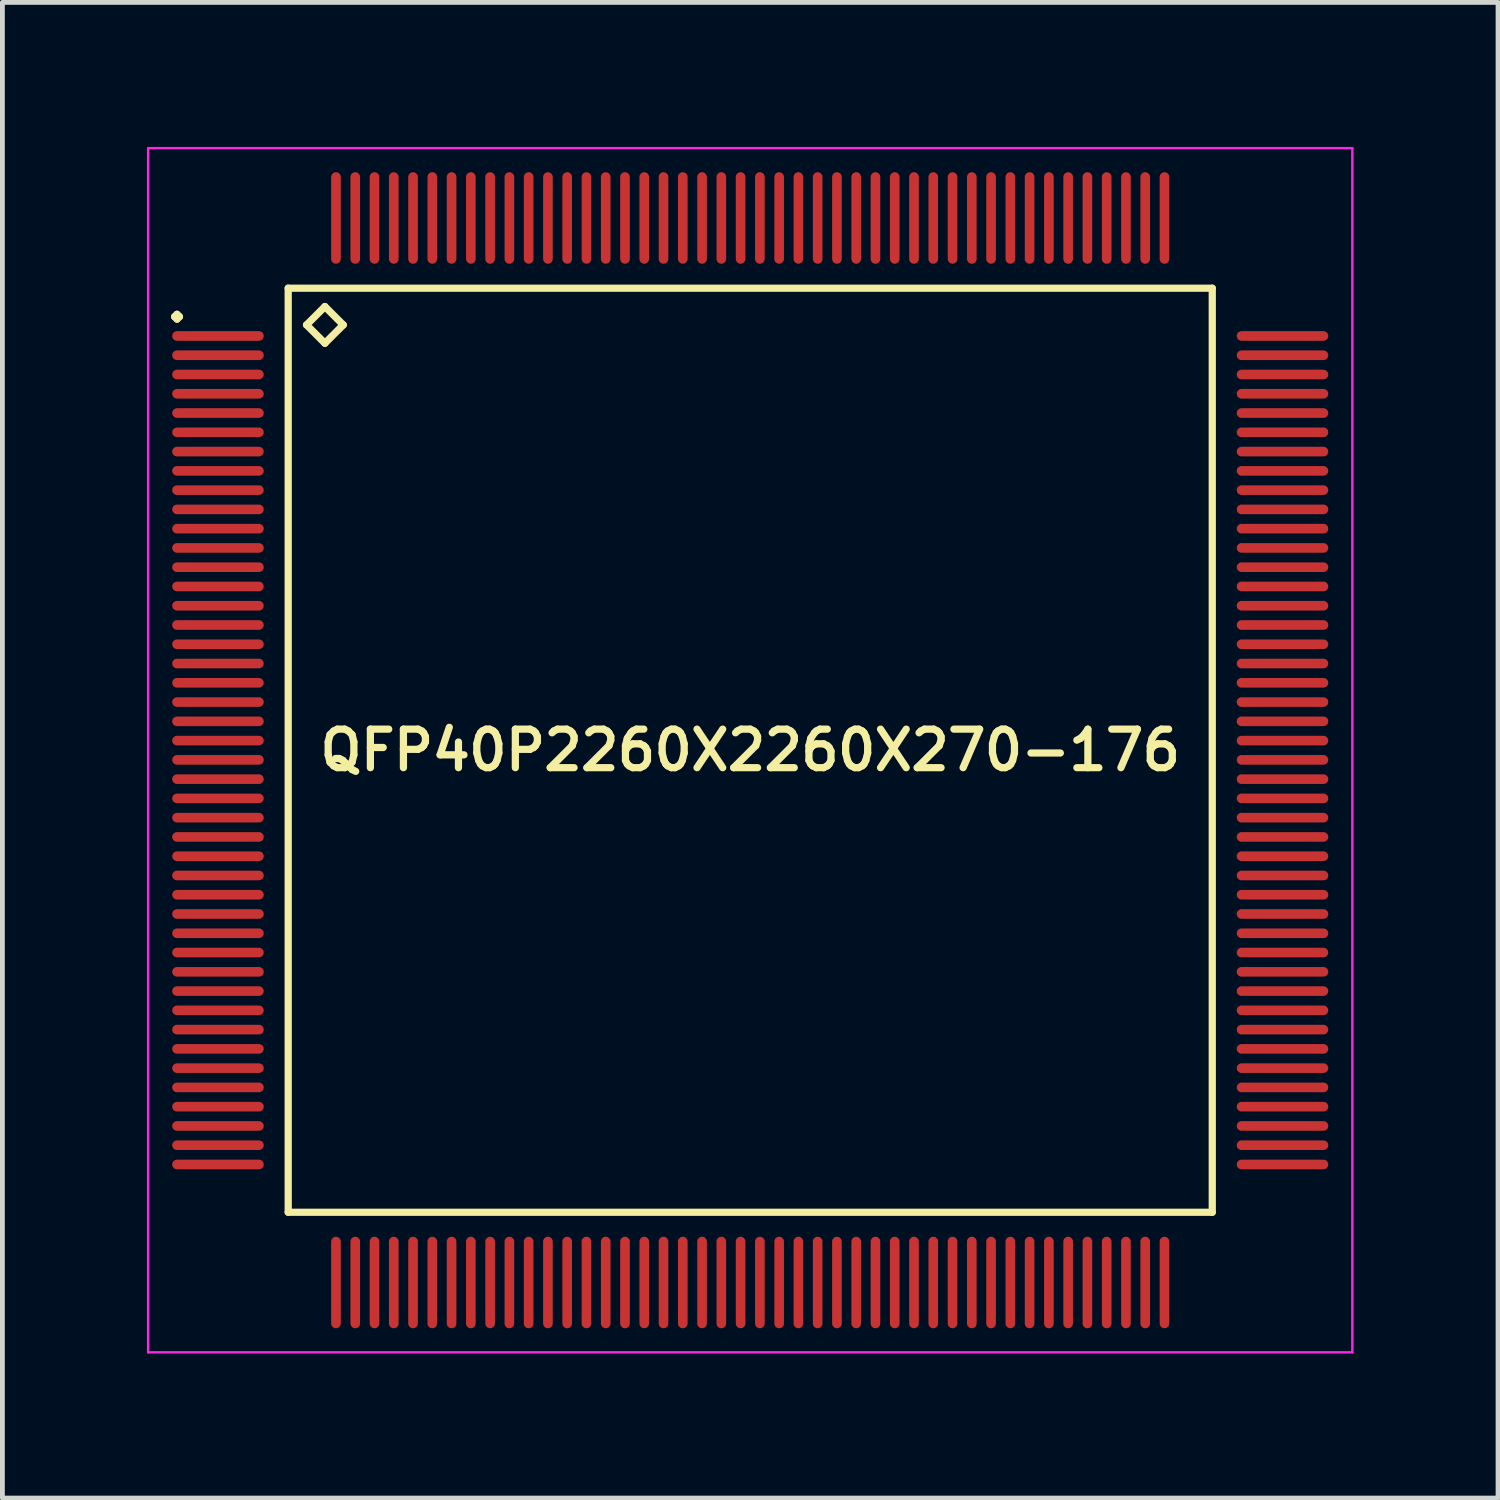
<source format=kicad_pcb>
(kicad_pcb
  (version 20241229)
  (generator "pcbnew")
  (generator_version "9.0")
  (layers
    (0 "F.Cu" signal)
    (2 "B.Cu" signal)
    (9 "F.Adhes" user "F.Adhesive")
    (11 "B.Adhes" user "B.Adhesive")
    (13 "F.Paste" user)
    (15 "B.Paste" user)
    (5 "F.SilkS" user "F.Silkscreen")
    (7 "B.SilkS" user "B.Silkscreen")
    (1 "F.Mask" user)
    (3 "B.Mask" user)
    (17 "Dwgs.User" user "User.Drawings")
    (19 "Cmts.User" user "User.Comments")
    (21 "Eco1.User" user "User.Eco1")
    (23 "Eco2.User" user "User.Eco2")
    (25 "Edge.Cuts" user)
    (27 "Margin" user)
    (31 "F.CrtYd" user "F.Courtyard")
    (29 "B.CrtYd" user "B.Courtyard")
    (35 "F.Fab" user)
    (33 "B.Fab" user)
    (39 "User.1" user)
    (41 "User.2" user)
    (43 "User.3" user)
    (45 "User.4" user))
  (footprint "QFP40P2260X2260X270-176"
    (layer "F.Cu")
    (at 12.525 12.525)
    (property "Reference" "QFP40P2260X2260X270-176" (at 0 0 0) (layer "F.SilkS") (effects (font (size 0.8 0.8) (thickness 0.15))))
    (attr smd)
    (fp_line (start -11.95 -9) (end -11.9 -9.05) (stroke (width 0.15) (type solid)) (layer "F.SilkS"))
    (fp_line (start -11.9 -9.05) (end -11.85 -9) (stroke (width 0.15) (type solid)) (layer "F.SilkS"))
    (fp_line (start -11.9 -8.95) (end -11.95 -9) (stroke (width 0.15) (type solid)) (layer "F.SilkS"))
    (fp_line (start -11.85 -9) (end -11.9 -8.95) (stroke (width 0.15) (type solid)) (layer "F.SilkS"))
    (fp_line (start -9.592 -9.592) (end -9.592 9.592) (stroke (width 0.15) (type solid)) (layer "F.SilkS"))
    (fp_line (start -9.592 9.592) (end 9.592 9.592) (stroke (width 0.15) (type solid)) (layer "F.SilkS"))
    (fp_line (start -9.211 -8.83) (end -8.83 -9.211) (stroke (width 0.15) (type solid)) (layer "F.SilkS"))
    (fp_line (start -8.83 -9.211) (end -8.449 -8.83) (stroke (width 0.15) (type solid)) (layer "F.SilkS"))
    (fp_line (start -8.83 -8.449) (end -9.211 -8.83) (stroke (width 0.15) (type solid)) (layer "F.SilkS"))
    (fp_line (start -8.449 -8.83) (end -8.83 -8.449) (stroke (width 0.15) (type solid)) (layer "F.SilkS"))
    (fp_line (start 9.592 -9.592) (end -9.592 -9.592) (stroke (width 0.15) (type solid)) (layer "F.SilkS"))
    (fp_line (start 9.592 9.592) (end 9.592 -9.592) (stroke (width 0.15) (type solid)) (layer "F.SilkS"))
    (fp_line (start -12.5 -12.5) (end 12.5 -12.5) (stroke (width 0.05) (type solid)) (layer "F.CrtYd"))
    (fp_line (start -12.5 12.5) (end -12.5 -12.5) (stroke (width 0.05) (type solid)) (layer "F.CrtYd"))
    (fp_line (start 12.5 -12.5) (end 12.5 12.5) (stroke (width 0.05) (type solid)) (layer "F.CrtYd"))
    (fp_line (start 12.5 12.5) (end -12.5 12.5) (stroke (width 0.05) (type solid)) (layer "F.CrtYd"))
    (pad "1" smd oval (at -11.05 -8.6) (size 1.9 0.2) (layers "F.Cu" "F.Mask" "F.Paste"))
    (pad "2" smd oval (at -11.05 -8.2) (size 1.9 0.2) (layers "F.Cu" "F.Mask" "F.Paste"))
    (pad "3" smd oval (at -11.05 -7.8) (size 1.9 0.2) (layers "F.Cu" "F.Mask" "F.Paste"))
    (pad "4" smd oval (at -11.05 -7.4) (size 1.9 0.2) (layers "F.Cu" "F.Mask" "F.Paste"))
    (pad "5" smd oval (at -11.05 -7) (size 1.9 0.2) (layers "F.Cu" "F.Mask" "F.Paste"))
    (pad "6" smd oval (at -11.05 -6.6) (size 1.9 0.2) (layers "F.Cu" "F.Mask" "F.Paste"))
    (pad "7" smd oval (at -11.05 -6.2) (size 1.9 0.2) (layers "F.Cu" "F.Mask" "F.Paste"))
    (pad "8" smd oval (at -11.05 -5.8) (size 1.9 0.2) (layers "F.Cu" "F.Mask" "F.Paste"))
    (pad "9" smd oval (at -11.05 -5.4) (size 1.9 0.2) (layers "F.Cu" "F.Mask" "F.Paste"))
    (pad "10" smd oval (at -11.05 -5) (size 1.9 0.2) (layers "F.Cu" "F.Mask" "F.Paste"))
    (pad "11" smd oval (at -11.05 -4.6) (size 1.9 0.2) (layers "F.Cu" "F.Mask" "F.Paste"))
    (pad "12" smd oval (at -11.05 -4.2) (size 1.9 0.2) (layers "F.Cu" "F.Mask" "F.Paste"))
    (pad "13" smd oval (at -11.05 -3.8) (size 1.9 0.2) (layers "F.Cu" "F.Mask" "F.Paste"))
    (pad "14" smd oval (at -11.05 -3.4) (size 1.9 0.2) (layers "F.Cu" "F.Mask" "F.Paste"))
    (pad "15" smd oval (at -11.05 -3) (size 1.9 0.2) (layers "F.Cu" "F.Mask" "F.Paste"))
    (pad "16" smd oval (at -11.05 -2.6) (size 1.9 0.2) (layers "F.Cu" "F.Mask" "F.Paste"))
    (pad "17" smd oval (at -11.05 -2.2) (size 1.9 0.2) (layers "F.Cu" "F.Mask" "F.Paste"))
    (pad "18" smd oval (at -11.05 -1.8) (size 1.9 0.2) (layers "F.Cu" "F.Mask" "F.Paste"))
    (pad "19" smd oval (at -11.05 -1.4) (size 1.9 0.2) (layers "F.Cu" "F.Mask" "F.Paste"))
    (pad "20" smd oval (at -11.05 -1) (size 1.9 0.2) (layers "F.Cu" "F.Mask" "F.Paste"))
    (pad "21" smd oval (at -11.05 -0.6) (size 1.9 0.2) (layers "F.Cu" "F.Mask" "F.Paste"))
    (pad "22" smd oval (at -11.05 -0.2) (size 1.9 0.2) (layers "F.Cu" "F.Mask" "F.Paste"))
    (pad "23" smd oval (at -11.05 0.2) (size 1.9 0.2) (layers "F.Cu" "F.Mask" "F.Paste"))
    (pad "24" smd oval (at -11.05 0.6) (size 1.9 0.2) (layers "F.Cu" "F.Mask" "F.Paste"))
    (pad "25" smd oval (at -11.05 1) (size 1.9 0.2) (layers "F.Cu" "F.Mask" "F.Paste"))
    (pad "26" smd oval (at -11.05 1.4) (size 1.9 0.2) (layers "F.Cu" "F.Mask" "F.Paste"))
    (pad "27" smd oval (at -11.05 1.8) (size 1.9 0.2) (layers "F.Cu" "F.Mask" "F.Paste"))
    (pad "28" smd oval (at -11.05 2.2) (size 1.9 0.2) (layers "F.Cu" "F.Mask" "F.Paste"))
    (pad "29" smd oval (at -11.05 2.6) (size 1.9 0.2) (layers "F.Cu" "F.Mask" "F.Paste"))
    (pad "30" smd oval (at -11.05 3) (size 1.9 0.2) (layers "F.Cu" "F.Mask" "F.Paste"))
    (pad "31" smd oval (at -11.05 3.4) (size 1.9 0.2) (layers "F.Cu" "F.Mask" "F.Paste"))
    (pad "32" smd oval (at -11.05 3.8) (size 1.9 0.2) (layers "F.Cu" "F.Mask" "F.Paste"))
    (pad "33" smd oval (at -11.05 4.2) (size 1.9 0.2) (layers "F.Cu" "F.Mask" "F.Paste"))
    (pad "34" smd oval (at -11.05 4.6) (size 1.9 0.2) (layers "F.Cu" "F.Mask" "F.Paste"))
    (pad "35" smd oval (at -11.05 5) (size 1.9 0.2) (layers "F.Cu" "F.Mask" "F.Paste"))
    (pad "36" smd oval (at -11.05 5.4) (size 1.9 0.2) (layers "F.Cu" "F.Mask" "F.Paste"))
    (pad "37" smd oval (at -11.05 5.8) (size 1.9 0.2) (layers "F.Cu" "F.Mask" "F.Paste"))
    (pad "38" smd oval (at -11.05 6.2) (size 1.9 0.2) (layers "F.Cu" "F.Mask" "F.Paste"))
    (pad "39" smd oval (at -11.05 6.6) (size 1.9 0.2) (layers "F.Cu" "F.Mask" "F.Paste"))
    (pad "40" smd oval (at -11.05 7) (size 1.9 0.2) (layers "F.Cu" "F.Mask" "F.Paste"))
    (pad "41" smd oval (at -11.05 7.4) (size 1.9 0.2) (layers "F.Cu" "F.Mask" "F.Paste"))
    (pad "42" smd oval (at -11.05 7.8) (size 1.9 0.2) (layers "F.Cu" "F.Mask" "F.Paste"))
    (pad "43" smd oval (at -11.05 8.2) (size 1.9 0.2) (layers "F.Cu" "F.Mask" "F.Paste"))
    (pad "44" smd oval (at -11.05 8.6) (size 1.9 0.2) (layers "F.Cu" "F.Mask" "F.Paste"))
    (pad "45" smd oval (at -8.6 11.05) (size 0.2 1.9) (layers "F.Cu" "F.Mask" "F.Paste"))
    (pad "46" smd oval (at -8.2 11.05) (size 0.2 1.9) (layers "F.Cu" "F.Mask" "F.Paste"))
    (pad "47" smd oval (at -7.8 11.05) (size 0.2 1.9) (layers "F.Cu" "F.Mask" "F.Paste"))
    (pad "48" smd oval (at -7.4 11.05) (size 0.2 1.9) (layers "F.Cu" "F.Mask" "F.Paste"))
    (pad "49" smd oval (at -7 11.05) (size 0.2 1.9) (layers "F.Cu" "F.Mask" "F.Paste"))
    (pad "50" smd oval (at -6.6 11.05) (size 0.2 1.9) (layers "F.Cu" "F.Mask" "F.Paste"))
    (pad "51" smd oval (at -6.2 11.05) (size 0.2 1.9) (layers "F.Cu" "F.Mask" "F.Paste"))
    (pad "52" smd oval (at -5.8 11.05) (size 0.2 1.9) (layers "F.Cu" "F.Mask" "F.Paste"))
    (pad "53" smd oval (at -5.4 11.05) (size 0.2 1.9) (layers "F.Cu" "F.Mask" "F.Paste"))
    (pad "54" smd oval (at -5 11.05) (size 0.2 1.9) (layers "F.Cu" "F.Mask" "F.Paste"))
    (pad "55" smd oval (at -4.6 11.05) (size 0.2 1.9) (layers "F.Cu" "F.Mask" "F.Paste"))
    (pad "56" smd oval (at -4.2 11.05) (size 0.2 1.9) (layers "F.Cu" "F.Mask" "F.Paste"))
    (pad "57" smd oval (at -3.8 11.05) (size 0.2 1.9) (layers "F.Cu" "F.Mask" "F.Paste"))
    (pad "58" smd oval (at -3.4 11.05) (size 0.2 1.9) (layers "F.Cu" "F.Mask" "F.Paste"))
    (pad "59" smd oval (at -3 11.05) (size 0.2 1.9) (layers "F.Cu" "F.Mask" "F.Paste"))
    (pad "60" smd oval (at -2.6 11.05) (size 0.2 1.9) (layers "F.Cu" "F.Mask" "F.Paste"))
    (pad "61" smd oval (at -2.2 11.05) (size 0.2 1.9) (layers "F.Cu" "F.Mask" "F.Paste"))
    (pad "62" smd oval (at -1.8 11.05) (size 0.2 1.9) (layers "F.Cu" "F.Mask" "F.Paste"))
    (pad "63" smd oval (at -1.4 11.05) (size 0.2 1.9) (layers "F.Cu" "F.Mask" "F.Paste"))
    (pad "64" smd oval (at -1 11.05) (size 0.2 1.9) (layers "F.Cu" "F.Mask" "F.Paste"))
    (pad "65" smd oval (at -0.6 11.05) (size 0.2 1.9) (layers "F.Cu" "F.Mask" "F.Paste"))
    (pad "66" smd oval (at -0.2 11.05) (size 0.2 1.9) (layers "F.Cu" "F.Mask" "F.Paste"))
    (pad "67" smd oval (at 0.2 11.05) (size 0.2 1.9) (layers "F.Cu" "F.Mask" "F.Paste"))
    (pad "68" smd oval (at 0.6 11.05) (size 0.2 1.9) (layers "F.Cu" "F.Mask" "F.Paste"))
    (pad "69" smd oval (at 1 11.05) (size 0.2 1.9) (layers "F.Cu" "F.Mask" "F.Paste"))
    (pad "70" smd oval (at 1.4 11.05) (size 0.2 1.9) (layers "F.Cu" "F.Mask" "F.Paste"))
    (pad "71" smd oval (at 1.8 11.05) (size 0.2 1.9) (layers "F.Cu" "F.Mask" "F.Paste"))
    (pad "72" smd oval (at 2.2 11.05) (size 0.2 1.9) (layers "F.Cu" "F.Mask" "F.Paste"))
    (pad "73" smd oval (at 2.6 11.05) (size 0.2 1.9) (layers "F.Cu" "F.Mask" "F.Paste"))
    (pad "74" smd oval (at 3 11.05) (size 0.2 1.9) (layers "F.Cu" "F.Mask" "F.Paste"))
    (pad "75" smd oval (at 3.4 11.05) (size 0.2 1.9) (layers "F.Cu" "F.Mask" "F.Paste"))
    (pad "76" smd oval (at 3.8 11.05) (size 0.2 1.9) (layers "F.Cu" "F.Mask" "F.Paste"))
    (pad "77" smd oval (at 4.2 11.05) (size 0.2 1.9) (layers "F.Cu" "F.Mask" "F.Paste"))
    (pad "78" smd oval (at 4.6 11.05) (size 0.2 1.9) (layers "F.Cu" "F.Mask" "F.Paste"))
    (pad "79" smd oval (at 5 11.05) (size 0.2 1.9) (layers "F.Cu" "F.Mask" "F.Paste"))
    (pad "80" smd oval (at 5.4 11.05) (size 0.2 1.9) (layers "F.Cu" "F.Mask" "F.Paste"))
    (pad "81" smd oval (at 5.8 11.05) (size 0.2 1.9) (layers "F.Cu" "F.Mask" "F.Paste"))
    (pad "82" smd oval (at 6.2 11.05) (size 0.2 1.9) (layers "F.Cu" "F.Mask" "F.Paste"))
    (pad "83" smd oval (at 6.6 11.05) (size 0.2 1.9) (layers "F.Cu" "F.Mask" "F.Paste"))
    (pad "84" smd oval (at 7 11.05) (size 0.2 1.9) (layers "F.Cu" "F.Mask" "F.Paste"))
    (pad "85" smd oval (at 7.4 11.05) (size 0.2 1.9) (layers "F.Cu" "F.Mask" "F.Paste"))
    (pad "86" smd oval (at 7.8 11.05) (size 0.2 1.9) (layers "F.Cu" "F.Mask" "F.Paste"))
    (pad "87" smd oval (at 8.2 11.05) (size 0.2 1.9) (layers "F.Cu" "F.Mask" "F.Paste"))
    (pad "88" smd oval (at 8.6 11.05) (size 0.2 1.9) (layers "F.Cu" "F.Mask" "F.Paste"))
    (pad "89" smd oval (at 11.05 8.6) (size 1.9 0.2) (layers "F.Cu" "F.Mask" "F.Paste"))
    (pad "90" smd oval (at 11.05 8.2) (size 1.9 0.2) (layers "F.Cu" "F.Mask" "F.Paste"))
    (pad "91" smd oval (at 11.05 7.8) (size 1.9 0.2) (layers "F.Cu" "F.Mask" "F.Paste"))
    (pad "92" smd oval (at 11.05 7.4) (size 1.9 0.2) (layers "F.Cu" "F.Mask" "F.Paste"))
    (pad "93" smd oval (at 11.05 7) (size 1.9 0.2) (layers "F.Cu" "F.Mask" "F.Paste"))
    (pad "94" smd oval (at 11.05 6.6) (size 1.9 0.2) (layers "F.Cu" "F.Mask" "F.Paste"))
    (pad "95" smd oval (at 11.05 6.2) (size 1.9 0.2) (layers "F.Cu" "F.Mask" "F.Paste"))
    (pad "96" smd oval (at 11.05 5.8) (size 1.9 0.2) (layers "F.Cu" "F.Mask" "F.Paste"))
    (pad "97" smd oval (at 11.05 5.4) (size 1.9 0.2) (layers "F.Cu" "F.Mask" "F.Paste"))
    (pad "98" smd oval (at 11.05 5) (size 1.9 0.2) (layers "F.Cu" "F.Mask" "F.Paste"))
    (pad "99" smd oval (at 11.05 4.6) (size 1.9 0.2) (layers "F.Cu" "F.Mask" "F.Paste"))
    (pad "100" smd oval (at 11.05 4.2) (size 1.9 0.2) (layers "F.Cu" "F.Mask" "F.Paste"))
    (pad "101" smd oval (at 11.05 3.8) (size 1.9 0.2) (layers "F.Cu" "F.Mask" "F.Paste"))
    (pad "102" smd oval (at 11.05 3.4) (size 1.9 0.2) (layers "F.Cu" "F.Mask" "F.Paste"))
    (pad "103" smd oval (at 11.05 3) (size 1.9 0.2) (layers "F.Cu" "F.Mask" "F.Paste"))
    (pad "104" smd oval (at 11.05 2.6) (size 1.9 0.2) (layers "F.Cu" "F.Mask" "F.Paste"))
    (pad "105" smd oval (at 11.05 2.2) (size 1.9 0.2) (layers "F.Cu" "F.Mask" "F.Paste"))
    (pad "106" smd oval (at 11.05 1.8) (size 1.9 0.2) (layers "F.Cu" "F.Mask" "F.Paste"))
    (pad "107" smd oval (at 11.05 1.4) (size 1.9 0.2) (layers "F.Cu" "F.Mask" "F.Paste"))
    (pad "108" smd oval (at 11.05 1) (size 1.9 0.2) (layers "F.Cu" "F.Mask" "F.Paste"))
    (pad "109" smd oval (at 11.05 0.6) (size 1.9 0.2) (layers "F.Cu" "F.Mask" "F.Paste"))
    (pad "110" smd oval (at 11.05 0.2) (size 1.9 0.2) (layers "F.Cu" "F.Mask" "F.Paste"))
    (pad "111" smd oval (at 11.05 -0.2) (size 1.9 0.2) (layers "F.Cu" "F.Mask" "F.Paste"))
    (pad "112" smd oval (at 11.05 -0.6) (size 1.9 0.2) (layers "F.Cu" "F.Mask" "F.Paste"))
    (pad "113" smd oval (at 11.05 -1) (size 1.9 0.2) (layers "F.Cu" "F.Mask" "F.Paste"))
    (pad "114" smd oval (at 11.05 -1.4) (size 1.9 0.2) (layers "F.Cu" "F.Mask" "F.Paste"))
    (pad "115" smd oval (at 11.05 -1.8) (size 1.9 0.2) (layers "F.Cu" "F.Mask" "F.Paste"))
    (pad "116" smd oval (at 11.05 -2.2) (size 1.9 0.2) (layers "F.Cu" "F.Mask" "F.Paste"))
    (pad "117" smd oval (at 11.05 -2.6) (size 1.9 0.2) (layers "F.Cu" "F.Mask" "F.Paste"))
    (pad "118" smd oval (at 11.05 -3) (size 1.9 0.2) (layers "F.Cu" "F.Mask" "F.Paste"))
    (pad "119" smd oval (at 11.05 -3.4) (size 1.9 0.2) (layers "F.Cu" "F.Mask" "F.Paste"))
    (pad "120" smd oval (at 11.05 -3.8) (size 1.9 0.2) (layers "F.Cu" "F.Mask" "F.Paste"))
    (pad "121" smd oval (at 11.05 -4.2) (size 1.9 0.2) (layers "F.Cu" "F.Mask" "F.Paste"))
    (pad "122" smd oval (at 11.05 -4.6) (size 1.9 0.2) (layers "F.Cu" "F.Mask" "F.Paste"))
    (pad "123" smd oval (at 11.05 -5) (size 1.9 0.2) (layers "F.Cu" "F.Mask" "F.Paste"))
    (pad "124" smd oval (at 11.05 -5.4) (size 1.9 0.2) (layers "F.Cu" "F.Mask" "F.Paste"))
    (pad "125" smd oval (at 11.05 -5.8) (size 1.9 0.2) (layers "F.Cu" "F.Mask" "F.Paste"))
    (pad "126" smd oval (at 11.05 -6.2) (size 1.9 0.2) (layers "F.Cu" "F.Mask" "F.Paste"))
    (pad "127" smd oval (at 11.05 -6.6) (size 1.9 0.2) (layers "F.Cu" "F.Mask" "F.Paste"))
    (pad "128" smd oval (at 11.05 -7) (size 1.9 0.2) (layers "F.Cu" "F.Mask" "F.Paste"))
    (pad "129" smd oval (at 11.05 -7.4) (size 1.9 0.2) (layers "F.Cu" "F.Mask" "F.Paste"))
    (pad "130" smd oval (at 11.05 -7.8) (size 1.9 0.2) (layers "F.Cu" "F.Mask" "F.Paste"))
    (pad "131" smd oval (at 11.05 -8.2) (size 1.9 0.2) (layers "F.Cu" "F.Mask" "F.Paste"))
    (pad "132" smd oval (at 11.05 -8.6) (size 1.9 0.2) (layers "F.Cu" "F.Mask" "F.Paste"))
    (pad "133" smd oval (at 8.6 -11.05) (size 0.2 1.9) (layers "F.Cu" "F.Mask" "F.Paste"))
    (pad "134" smd oval (at 8.2 -11.05) (size 0.2 1.9) (layers "F.Cu" "F.Mask" "F.Paste"))
    (pad "135" smd oval (at 7.8 -11.05) (size 0.2 1.9) (layers "F.Cu" "F.Mask" "F.Paste"))
    (pad "136" smd oval (at 7.4 -11.05) (size 0.2 1.9) (layers "F.Cu" "F.Mask" "F.Paste"))
    (pad "137" smd oval (at 7 -11.05) (size 0.2 1.9) (layers "F.Cu" "F.Mask" "F.Paste"))
    (pad "138" smd oval (at 6.6 -11.05) (size 0.2 1.9) (layers "F.Cu" "F.Mask" "F.Paste"))
    (pad "139" smd oval (at 6.2 -11.05) (size 0.2 1.9) (layers "F.Cu" "F.Mask" "F.Paste"))
    (pad "140" smd oval (at 5.8 -11.05) (size 0.2 1.9) (layers "F.Cu" "F.Mask" "F.Paste"))
    (pad "141" smd oval (at 5.4 -11.05) (size 0.2 1.9) (layers "F.Cu" "F.Mask" "F.Paste"))
    (pad "142" smd oval (at 5 -11.05) (size 0.2 1.9) (layers "F.Cu" "F.Mask" "F.Paste"))
    (pad "143" smd oval (at 4.6 -11.05) (size 0.2 1.9) (layers "F.Cu" "F.Mask" "F.Paste"))
    (pad "144" smd oval (at 4.2 -11.05) (size 0.2 1.9) (layers "F.Cu" "F.Mask" "F.Paste"))
    (pad "145" smd oval (at 3.8 -11.05) (size 0.2 1.9) (layers "F.Cu" "F.Mask" "F.Paste"))
    (pad "146" smd oval (at 3.4 -11.05) (size 0.2 1.9) (layers "F.Cu" "F.Mask" "F.Paste"))
    (pad "147" smd oval (at 3 -11.05) (size 0.2 1.9) (layers "F.Cu" "F.Mask" "F.Paste"))
    (pad "148" smd oval (at 2.6 -11.05) (size 0.2 1.9) (layers "F.Cu" "F.Mask" "F.Paste"))
    (pad "149" smd oval (at 2.2 -11.05) (size 0.2 1.9) (layers "F.Cu" "F.Mask" "F.Paste"))
    (pad "150" smd oval (at 1.8 -11.05) (size 0.2 1.9) (layers "F.Cu" "F.Mask" "F.Paste"))
    (pad "151" smd oval (at 1.4 -11.05) (size 0.2 1.9) (layers "F.Cu" "F.Mask" "F.Paste"))
    (pad "152" smd oval (at 1 -11.05) (size 0.2 1.9) (layers "F.Cu" "F.Mask" "F.Paste"))
    (pad "153" smd oval (at 0.6 -11.05) (size 0.2 1.9) (layers "F.Cu" "F.Mask" "F.Paste"))
    (pad "154" smd oval (at 0.2 -11.05) (size 0.2 1.9) (layers "F.Cu" "F.Mask" "F.Paste"))
    (pad "155" smd oval (at -0.2 -11.05) (size 0.2 1.9) (layers "F.Cu" "F.Mask" "F.Paste"))
    (pad "156" smd oval (at -0.6 -11.05) (size 0.2 1.9) (layers "F.Cu" "F.Mask" "F.Paste"))
    (pad "157" smd oval (at -1 -11.05) (size 0.2 1.9) (layers "F.Cu" "F.Mask" "F.Paste"))
    (pad "158" smd oval (at -1.4 -11.05) (size 0.2 1.9) (layers "F.Cu" "F.Mask" "F.Paste"))
    (pad "159" smd oval (at -1.8 -11.05) (size 0.2 1.9) (layers "F.Cu" "F.Mask" "F.Paste"))
    (pad "160" smd oval (at -2.2 -11.05) (size 0.2 1.9) (layers "F.Cu" "F.Mask" "F.Paste"))
    (pad "161" smd oval (at -2.6 -11.05) (size 0.2 1.9) (layers "F.Cu" "F.Mask" "F.Paste"))
    (pad "162" smd oval (at -3 -11.05) (size 0.2 1.9) (layers "F.Cu" "F.Mask" "F.Paste"))
    (pad "163" smd oval (at -3.4 -11.05) (size 0.2 1.9) (layers "F.Cu" "F.Mask" "F.Paste"))
    (pad "164" smd oval (at -3.8 -11.05) (size 0.2 1.9) (layers "F.Cu" "F.Mask" "F.Paste"))
    (pad "165" smd oval (at -4.2 -11.05) (size 0.2 1.9) (layers "F.Cu" "F.Mask" "F.Paste"))
    (pad "166" smd oval (at -4.6 -11.05) (size 0.2 1.9) (layers "F.Cu" "F.Mask" "F.Paste"))
    (pad "167" smd oval (at -5 -11.05) (size 0.2 1.9) (layers "F.Cu" "F.Mask" "F.Paste"))
    (pad "168" smd oval (at -5.4 -11.05) (size 0.2 1.9) (layers "F.Cu" "F.Mask" "F.Paste"))
    (pad "169" smd oval (at -5.8 -11.05) (size 0.2 1.9) (layers "F.Cu" "F.Mask" "F.Paste"))
    (pad "170" smd oval (at -6.2 -11.05) (size 0.2 1.9) (layers "F.Cu" "F.Mask" "F.Paste"))
    (pad "171" smd oval (at -6.6 -11.05) (size 0.2 1.9) (layers "F.Cu" "F.Mask" "F.Paste"))
    (pad "172" smd oval (at -7 -11.05) (size 0.2 1.9) (layers "F.Cu" "F.Mask" "F.Paste"))
    (pad "173" smd oval (at -7.4 -11.05) (size 0.2 1.9) (layers "F.Cu" "F.Mask" "F.Paste"))
    (pad "174" smd oval (at -7.8 -11.05) (size 0.2 1.9) (layers "F.Cu" "F.Mask" "F.Paste"))
    (pad "175" smd oval (at -8.2 -11.05) (size 0.2 1.9) (layers "F.Cu" "F.Mask" "F.Paste"))
    (pad "176" smd oval (at -8.6 -11.05) (size 0.2 1.9) (layers "F.Cu" "F.Mask" "F.Paste")))
  (gr_rect
    (start -3 -3)
    (end 28.05 28.05)
    (stroke (width 0.1) (type default))
    (fill no)
    (layer "Edge.Cuts")))
</source>
